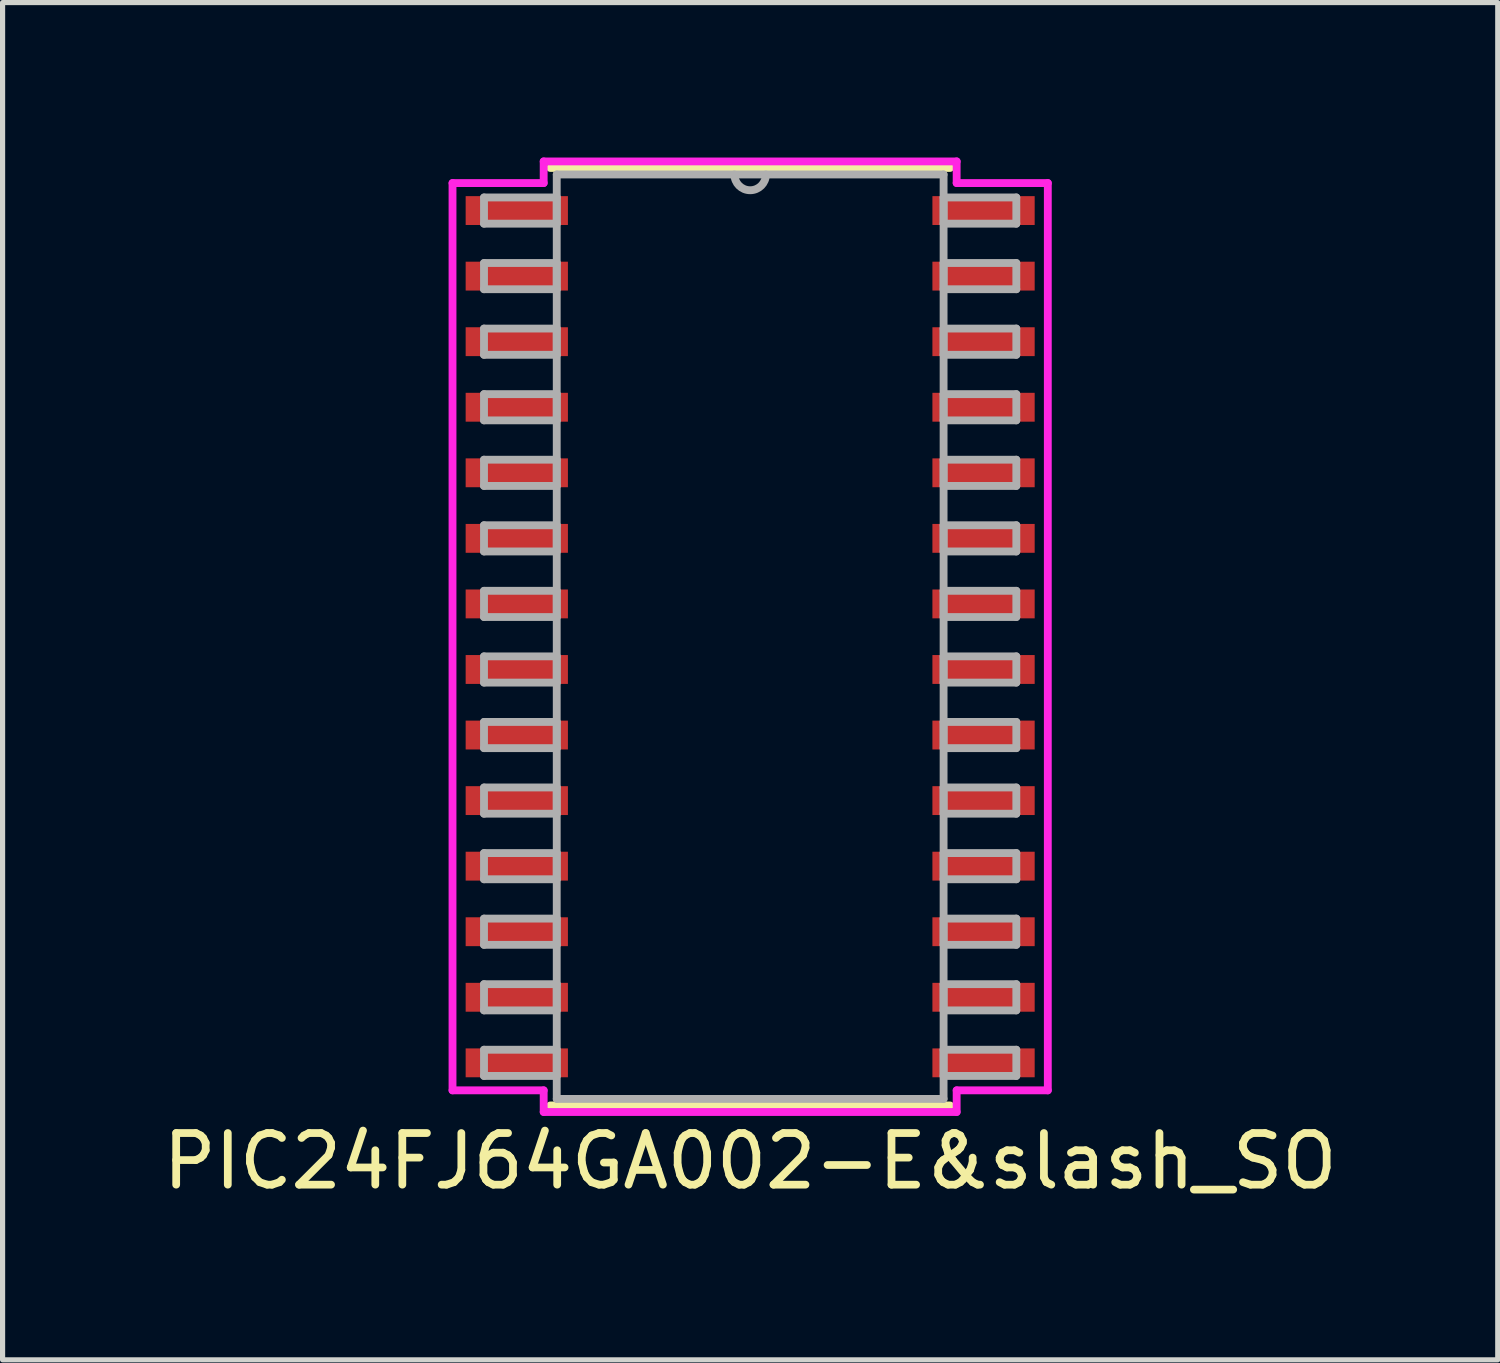
<source format=kicad_pcb>
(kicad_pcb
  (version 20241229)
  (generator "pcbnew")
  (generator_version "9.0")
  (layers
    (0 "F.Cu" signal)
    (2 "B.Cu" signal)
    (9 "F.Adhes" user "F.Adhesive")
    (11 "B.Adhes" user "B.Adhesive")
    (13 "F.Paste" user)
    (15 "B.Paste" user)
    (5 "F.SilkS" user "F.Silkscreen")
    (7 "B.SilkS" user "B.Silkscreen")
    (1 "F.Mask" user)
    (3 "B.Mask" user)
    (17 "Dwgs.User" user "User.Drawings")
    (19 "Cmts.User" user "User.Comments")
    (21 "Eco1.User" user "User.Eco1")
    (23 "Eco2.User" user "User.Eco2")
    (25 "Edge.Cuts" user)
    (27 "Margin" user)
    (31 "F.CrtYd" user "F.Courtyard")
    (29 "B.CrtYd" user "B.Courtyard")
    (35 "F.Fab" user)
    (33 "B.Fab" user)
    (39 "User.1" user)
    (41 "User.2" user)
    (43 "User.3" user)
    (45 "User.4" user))
  (footprint "PIC24FJ64GA002-E&slash_SO"
    (layer "F.Cu")
    (at 11.482 9.284)
    (property "Reference" "PIC24FJ64GA002-E&slash_SO" (at 0 10.16 0) (layer "F.SilkS") (effects (font (size 1 1) (thickness 0.15))))
    (attr through_hole)
    (fp_line (start -3.873 9.081) (end 3.873 9.081) (stroke (width 0.152) (type solid)) (layer "F.SilkS"))
    (fp_line (start 3.873 -9.081) (end -3.873 -9.081) (stroke (width 0.152) (type solid)) (layer "F.SilkS"))
    (fp_line (start -5.766 -8.788) (end -4 -8.788) (stroke (width 0.152) (type solid)) (layer "F.CrtYd"))
    (fp_line (start -5.766 8.788) (end -5.766 -8.788) (stroke (width 0.152) (type solid)) (layer "F.CrtYd"))
    (fp_line (start -4 -9.207) (end 4 -9.207) (stroke (width 0.152) (type solid)) (layer "F.CrtYd"))
    (fp_line (start -4 -8.788) (end -4 -9.207) (stroke (width 0.152) (type solid)) (layer "F.CrtYd"))
    (fp_line (start -4 8.788) (end -5.766 8.788) (stroke (width 0.152) (type solid)) (layer "F.CrtYd"))
    (fp_line (start -4 9.207) (end -4 8.788) (stroke (width 0.152) (type solid)) (layer "F.CrtYd"))
    (fp_line (start 4 -9.207) (end 4 -8.788) (stroke (width 0.152) (type solid)) (layer "F.CrtYd"))
    (fp_line (start 4 -8.788) (end 5.766 -8.788) (stroke (width 0.152) (type solid)) (layer "F.CrtYd"))
    (fp_line (start 4 8.788) (end 4 9.207) (stroke (width 0.152) (type solid)) (layer "F.CrtYd"))
    (fp_line (start 4 9.207) (end -4 9.207) (stroke (width 0.152) (type solid)) (layer "F.CrtYd"))
    (fp_line (start 5.766 -8.788) (end 5.766 8.788) (stroke (width 0.152) (type solid)) (layer "F.CrtYd"))
    (fp_line (start 5.766 8.788) (end 4 8.788) (stroke (width 0.152) (type solid)) (layer "F.CrtYd"))
    (fp_line (start -5.156 -8.509) (end -5.156 -8.001) (stroke (width 0.152) (type solid)) (layer "F.Fab"))
    (fp_line (start -5.156 -8.001) (end -3.747 -8.001) (stroke (width 0.152) (type solid)) (layer "F.Fab"))
    (fp_line (start -5.156 -7.239) (end -5.156 -6.731) (stroke (width 0.152) (type solid)) (layer "F.Fab"))
    (fp_line (start -5.156 -6.731) (end -3.747 -6.731) (stroke (width 0.152) (type solid)) (layer "F.Fab"))
    (fp_line (start -5.156 -5.969) (end -5.156 -5.461) (stroke (width 0.152) (type solid)) (layer "F.Fab"))
    (fp_line (start -5.156 -5.461) (end -3.747 -5.461) (stroke (width 0.152) (type solid)) (layer "F.Fab"))
    (fp_line (start -5.156 -4.699) (end -5.156 -4.191) (stroke (width 0.152) (type solid)) (layer "F.Fab"))
    (fp_line (start -5.156 -4.191) (end -3.747 -4.191) (stroke (width 0.152) (type solid)) (layer "F.Fab"))
    (fp_line (start -5.156 -3.429) (end -5.156 -2.921) (stroke (width 0.152) (type solid)) (layer "F.Fab"))
    (fp_line (start -5.156 -2.921) (end -3.747 -2.921) (stroke (width 0.152) (type solid)) (layer "F.Fab"))
    (fp_line (start -5.156 -2.159) (end -5.156 -1.651) (stroke (width 0.152) (type solid)) (layer "F.Fab"))
    (fp_line (start -5.156 -1.651) (end -3.747 -1.651) (stroke (width 0.152) (type solid)) (layer "F.Fab"))
    (fp_line (start -5.156 -0.889) (end -5.156 -0.381) (stroke (width 0.152) (type solid)) (layer "F.Fab"))
    (fp_line (start -5.156 -0.381) (end -3.747 -0.381) (stroke (width 0.152) (type solid)) (layer "F.Fab"))
    (fp_line (start -5.156 0.381) (end -5.156 0.889) (stroke (width 0.152) (type solid)) (layer "F.Fab"))
    (fp_line (start -5.156 0.889) (end -3.747 0.889) (stroke (width 0.152) (type solid)) (layer "F.Fab"))
    (fp_line (start -5.156 1.651) (end -5.156 2.159) (stroke (width 0.152) (type solid)) (layer "F.Fab"))
    (fp_line (start -5.156 2.159) (end -3.747 2.159) (stroke (width 0.152) (type solid)) (layer "F.Fab"))
    (fp_line (start -5.156 2.921) (end -5.156 3.429) (stroke (width 0.152) (type solid)) (layer "F.Fab"))
    (fp_line (start -5.156 3.429) (end -3.747 3.429) (stroke (width 0.152) (type solid)) (layer "F.Fab"))
    (fp_line (start -5.156 4.191) (end -5.156 4.699) (stroke (width 0.152) (type solid)) (layer "F.Fab"))
    (fp_line (start -5.156 4.699) (end -3.747 4.699) (stroke (width 0.152) (type solid)) (layer "F.Fab"))
    (fp_line (start -5.156 5.461) (end -5.156 5.969) (stroke (width 0.152) (type solid)) (layer "F.Fab"))
    (fp_line (start -5.156 5.969) (end -3.747 5.969) (stroke (width 0.152) (type solid)) (layer "F.Fab"))
    (fp_line (start -5.156 6.731) (end -5.156 7.239) (stroke (width 0.152) (type solid)) (layer "F.Fab"))
    (fp_line (start -5.156 7.239) (end -3.747 7.239) (stroke (width 0.152) (type solid)) (layer "F.Fab"))
    (fp_line (start -5.156 8.001) (end -5.156 8.509) (stroke (width 0.152) (type solid)) (layer "F.Fab"))
    (fp_line (start -5.156 8.509) (end -3.747 8.509) (stroke (width 0.152) (type solid)) (layer "F.Fab"))
    (fp_line (start -3.747 -8.954) (end -3.747 8.954) (stroke (width 0.152) (type solid)) (layer "F.Fab"))
    (fp_line (start -3.747 -8.509) (end -5.156 -8.509) (stroke (width 0.152) (type solid)) (layer "F.Fab"))
    (fp_line (start -3.747 -8.001) (end -3.747 -8.509) (stroke (width 0.152) (type solid)) (layer "F.Fab"))
    (fp_line (start -3.747 -7.239) (end -5.156 -7.239) (stroke (width 0.152) (type solid)) (layer "F.Fab"))
    (fp_line (start -3.747 -6.731) (end -3.747 -7.239) (stroke (width 0.152) (type solid)) (layer "F.Fab"))
    (fp_line (start -3.747 -5.969) (end -5.156 -5.969) (stroke (width 0.152) (type solid)) (layer "F.Fab"))
    (fp_line (start -3.747 -5.461) (end -3.747 -5.969) (stroke (width 0.152) (type solid)) (layer "F.Fab"))
    (fp_line (start -3.747 -4.699) (end -5.156 -4.699) (stroke (width 0.152) (type solid)) (layer "F.Fab"))
    (fp_line (start -3.747 -4.191) (end -3.747 -4.699) (stroke (width 0.152) (type solid)) (layer "F.Fab"))
    (fp_line (start -3.747 -3.429) (end -5.156 -3.429) (stroke (width 0.152) (type solid)) (layer "F.Fab"))
    (fp_line (start -3.747 -2.921) (end -3.747 -3.429) (stroke (width 0.152) (type solid)) (layer "F.Fab"))
    (fp_line (start -3.747 -2.159) (end -5.156 -2.159) (stroke (width 0.152) (type solid)) (layer "F.Fab"))
    (fp_line (start -3.747 -1.651) (end -3.747 -2.159) (stroke (width 0.152) (type solid)) (layer "F.Fab"))
    (fp_line (start -3.747 -0.889) (end -5.156 -0.889) (stroke (width 0.152) (type solid)) (layer "F.Fab"))
    (fp_line (start -3.747 -0.381) (end -3.747 -0.889) (stroke (width 0.152) (type solid)) (layer "F.Fab"))
    (fp_line (start -3.747 0.381) (end -5.156 0.381) (stroke (width 0.152) (type solid)) (layer "F.Fab"))
    (fp_line (start -3.747 0.889) (end -3.747 0.381) (stroke (width 0.152) (type solid)) (layer "F.Fab"))
    (fp_line (start -3.747 1.651) (end -5.156 1.651) (stroke (width 0.152) (type solid)) (layer "F.Fab"))
    (fp_line (start -3.747 2.159) (end -3.747 1.651) (stroke (width 0.152) (type solid)) (layer "F.Fab"))
    (fp_line (start -3.747 2.921) (end -5.156 2.921) (stroke (width 0.152) (type solid)) (layer "F.Fab"))
    (fp_line (start -3.747 3.429) (end -3.747 2.921) (stroke (width 0.152) (type solid)) (layer "F.Fab"))
    (fp_line (start -3.747 4.191) (end -5.156 4.191) (stroke (width 0.152) (type solid)) (layer "F.Fab"))
    (fp_line (start -3.747 4.699) (end -3.747 4.191) (stroke (width 0.152) (type solid)) (layer "F.Fab"))
    (fp_line (start -3.747 5.461) (end -5.156 5.461) (stroke (width 0.152) (type solid)) (layer "F.Fab"))
    (fp_line (start -3.747 5.969) (end -3.747 5.461) (stroke (width 0.152) (type solid)) (layer "F.Fab"))
    (fp_line (start -3.747 6.731) (end -5.156 6.731) (stroke (width 0.152) (type solid)) (layer "F.Fab"))
    (fp_line (start -3.747 7.239) (end -3.747 6.731) (stroke (width 0.152) (type solid)) (layer "F.Fab"))
    (fp_line (start -3.747 8.001) (end -5.156 8.001) (stroke (width 0.152) (type solid)) (layer "F.Fab"))
    (fp_line (start -3.747 8.509) (end -3.747 8.001) (stroke (width 0.152) (type solid)) (layer "F.Fab"))
    (fp_line (start -3.747 8.954) (end 3.747 8.954) (stroke (width 0.152) (type solid)) (layer "F.Fab"))
    (fp_line (start 3.747 -8.954) (end -3.747 -8.954) (stroke (width 0.152) (type solid)) (layer "F.Fab"))
    (fp_line (start 3.747 -8.509) (end 3.747 -8.001) (stroke (width 0.152) (type solid)) (layer "F.Fab"))
    (fp_line (start 3.747 -8.001) (end 5.156 -8.001) (stroke (width 0.152) (type solid)) (layer "F.Fab"))
    (fp_line (start 3.747 -7.239) (end 3.747 -6.731) (stroke (width 0.152) (type solid)) (layer "F.Fab"))
    (fp_line (start 3.747 -6.731) (end 5.156 -6.731) (stroke (width 0.152) (type solid)) (layer "F.Fab"))
    (fp_line (start 3.747 -5.969) (end 3.747 -5.461) (stroke (width 0.152) (type solid)) (layer "F.Fab"))
    (fp_line (start 3.747 -5.461) (end 5.156 -5.461) (stroke (width 0.152) (type solid)) (layer "F.Fab"))
    (fp_line (start 3.747 -4.699) (end 3.747 -4.191) (stroke (width 0.152) (type solid)) (layer "F.Fab"))
    (fp_line (start 3.747 -4.191) (end 5.156 -4.191) (stroke (width 0.152) (type solid)) (layer "F.Fab"))
    (fp_line (start 3.747 -3.429) (end 3.747 -2.921) (stroke (width 0.152) (type solid)) (layer "F.Fab"))
    (fp_line (start 3.747 -2.921) (end 5.156 -2.921) (stroke (width 0.152) (type solid)) (layer "F.Fab"))
    (fp_line (start 3.747 -2.159) (end 3.747 -1.651) (stroke (width 0.152) (type solid)) (layer "F.Fab"))
    (fp_line (start 3.747 -1.651) (end 5.156 -1.651) (stroke (width 0.152) (type solid)) (layer "F.Fab"))
    (fp_line (start 3.747 -0.889) (end 3.747 -0.381) (stroke (width 0.152) (type solid)) (layer "F.Fab"))
    (fp_line (start 3.747 -0.381) (end 5.156 -0.381) (stroke (width 0.152) (type solid)) (layer "F.Fab"))
    (fp_line (start 3.747 0.381) (end 3.747 0.889) (stroke (width 0.152) (type solid)) (layer "F.Fab"))
    (fp_line (start 3.747 0.889) (end 5.156 0.889) (stroke (width 0.152) (type solid)) (layer "F.Fab"))
    (fp_line (start 3.747 1.651) (end 3.747 2.159) (stroke (width 0.152) (type solid)) (layer "F.Fab"))
    (fp_line (start 3.747 2.159) (end 5.156 2.159) (stroke (width 0.152) (type solid)) (layer "F.Fab"))
    (fp_line (start 3.747 2.921) (end 3.747 3.429) (stroke (width 0.152) (type solid)) (layer "F.Fab"))
    (fp_line (start 3.747 3.429) (end 5.156 3.429) (stroke (width 0.152) (type solid)) (layer "F.Fab"))
    (fp_line (start 3.747 4.191) (end 3.747 4.699) (stroke (width 0.152) (type solid)) (layer "F.Fab"))
    (fp_line (start 3.747 4.699) (end 5.156 4.699) (stroke (width 0.152) (type solid)) (layer "F.Fab"))
    (fp_line (start 3.747 5.461) (end 3.747 5.969) (stroke (width 0.152) (type solid)) (layer "F.Fab"))
    (fp_line (start 3.747 5.969) (end 5.156 5.969) (stroke (width 0.152) (type solid)) (layer "F.Fab"))
    (fp_line (start 3.747 6.731) (end 3.747 7.239) (stroke (width 0.152) (type solid)) (layer "F.Fab"))
    (fp_line (start 3.747 7.239) (end 5.156 7.239) (stroke (width 0.152) (type solid)) (layer "F.Fab"))
    (fp_line (start 3.747 8.001) (end 3.747 8.509) (stroke (width 0.152) (type solid)) (layer "F.Fab"))
    (fp_line (start 3.747 8.509) (end 5.156 8.509) (stroke (width 0.152) (type solid)) (layer "F.Fab"))
    (fp_line (start 3.747 8.954) (end 3.747 -8.954) (stroke (width 0.152) (type solid)) (layer "F.Fab"))
    (fp_line (start 5.156 -8.509) (end 3.747 -8.509) (stroke (width 0.152) (type solid)) (layer "F.Fab"))
    (fp_line (start 5.156 -8.001) (end 5.156 -8.509) (stroke (width 0.152) (type solid)) (layer "F.Fab"))
    (fp_line (start 5.156 -7.239) (end 3.747 -7.239) (stroke (width 0.152) (type solid)) (layer "F.Fab"))
    (fp_line (start 5.156 -6.731) (end 5.156 -7.239) (stroke (width 0.152) (type solid)) (layer "F.Fab"))
    (fp_line (start 5.156 -5.969) (end 3.747 -5.969) (stroke (width 0.152) (type solid)) (layer "F.Fab"))
    (fp_line (start 5.156 -5.461) (end 5.156 -5.969) (stroke (width 0.152) (type solid)) (layer "F.Fab"))
    (fp_line (start 5.156 -4.699) (end 3.747 -4.699) (stroke (width 0.152) (type solid)) (layer "F.Fab"))
    (fp_line (start 5.156 -4.191) (end 5.156 -4.699) (stroke (width 0.152) (type solid)) (layer "F.Fab"))
    (fp_line (start 5.156 -3.429) (end 3.747 -3.429) (stroke (width 0.152) (type solid)) (layer "F.Fab"))
    (fp_line (start 5.156 -2.921) (end 5.156 -3.429) (stroke (width 0.152) (type solid)) (layer "F.Fab"))
    (fp_line (start 5.156 -2.159) (end 3.747 -2.159) (stroke (width 0.152) (type solid)) (layer "F.Fab"))
    (fp_line (start 5.156 -1.651) (end 5.156 -2.159) (stroke (width 0.152) (type solid)) (layer "F.Fab"))
    (fp_line (start 5.156 -0.889) (end 3.747 -0.889) (stroke (width 0.152) (type solid)) (layer "F.Fab"))
    (fp_line (start 5.156 -0.381) (end 5.156 -0.889) (stroke (width 0.152) (type solid)) (layer "F.Fab"))
    (fp_line (start 5.156 0.381) (end 3.747 0.381) (stroke (width 0.152) (type solid)) (layer "F.Fab"))
    (fp_line (start 5.156 0.889) (end 5.156 0.381) (stroke (width 0.152) (type solid)) (layer "F.Fab"))
    (fp_line (start 5.156 1.651) (end 3.747 1.651) (stroke (width 0.152) (type solid)) (layer "F.Fab"))
    (fp_line (start 5.156 2.159) (end 5.156 1.651) (stroke (width 0.152) (type solid)) (layer "F.Fab"))
    (fp_line (start 5.156 2.921) (end 3.747 2.921) (stroke (width 0.152) (type solid)) (layer "F.Fab"))
    (fp_line (start 5.156 3.429) (end 5.156 2.921) (stroke (width 0.152) (type solid)) (layer "F.Fab"))
    (fp_line (start 5.156 4.191) (end 3.747 4.191) (stroke (width 0.152) (type solid)) (layer "F.Fab"))
    (fp_line (start 5.156 4.699) (end 5.156 4.191) (stroke (width 0.152) (type solid)) (layer "F.Fab"))
    (fp_line (start 5.156 5.461) (end 3.747 5.461) (stroke (width 0.152) (type solid)) (layer "F.Fab"))
    (fp_line (start 5.156 5.969) (end 5.156 5.461) (stroke (width 0.152) (type solid)) (layer "F.Fab"))
    (fp_line (start 5.156 6.731) (end 3.747 6.731) (stroke (width 0.152) (type solid)) (layer "F.Fab"))
    (fp_line (start 5.156 7.239) (end 5.156 6.731) (stroke (width 0.152) (type solid)) (layer "F.Fab"))
    (fp_line (start 5.156 8.001) (end 3.747 8.001) (stroke (width 0.152) (type solid)) (layer "F.Fab"))
    (fp_line (start 5.156 8.509) (end 5.156 8.001) (stroke (width 0.152) (type solid)) (layer "F.Fab"))
    (fp_arc (start 0.3048 -8.9535) (mid 0 -8.6487) (end -0.3048 -8.9535) (stroke (width 0.1524) (type solid)) (layer "F.Fab"))
    (pad "1" smd rect (at -4.521 -8.255) (size 1.981 0.559) (layers "F.Cu" "F.Mask" "F.Paste"))
    (pad "2" smd rect (at -4.521 -6.985) (size 1.981 0.559) (layers "F.Cu" "F.Mask" "F.Paste"))
    (pad "3" smd rect (at -4.521 -5.715) (size 1.981 0.559) (layers "F.Cu" "F.Mask" "F.Paste"))
    (pad "4" smd rect (at -4.521 -4.445) (size 1.981 0.559) (layers "F.Cu" "F.Mask" "F.Paste"))
    (pad "5" smd rect (at -4.521 -3.175) (size 1.981 0.559) (layers "F.Cu" "F.Mask" "F.Paste"))
    (pad "6" smd rect (at -4.521 -1.905) (size 1.981 0.559) (layers "F.Cu" "F.Mask" "F.Paste"))
    (pad "7" smd rect (at -4.521 -0.635) (size 1.981 0.559) (layers "F.Cu" "F.Mask" "F.Paste"))
    (pad "8" smd rect (at -4.521 0.635) (size 1.981 0.559) (layers "F.Cu" "F.Mask" "F.Paste"))
    (pad "9" smd rect (at -4.521 1.905) (size 1.981 0.559) (layers "F.Cu" "F.Mask" "F.Paste"))
    (pad "10" smd rect (at -4.521 3.175) (size 1.981 0.559) (layers "F.Cu" "F.Mask" "F.Paste"))
    (pad "11" smd rect (at -4.521 4.445) (size 1.981 0.559) (layers "F.Cu" "F.Mask" "F.Paste"))
    (pad "12" smd rect (at -4.521 5.715) (size 1.981 0.559) (layers "F.Cu" "F.Mask" "F.Paste"))
    (pad "13" smd rect (at -4.521 6.985) (size 1.981 0.559) (layers "F.Cu" "F.Mask" "F.Paste"))
    (pad "14" smd rect (at -4.521 8.255) (size 1.981 0.559) (layers "F.Cu" "F.Mask" "F.Paste"))
    (pad "15" smd rect (at 4.521 8.255) (size 1.981 0.559) (layers "F.Cu" "F.Mask" "F.Paste"))
    (pad "16" smd rect (at 4.521 6.985) (size 1.981 0.559) (layers "F.Cu" "F.Mask" "F.Paste"))
    (pad "17" smd rect (at 4.521 5.715) (size 1.981 0.559) (layers "F.Cu" "F.Mask" "F.Paste"))
    (pad "18" smd rect (at 4.521 4.445) (size 1.981 0.559) (layers "F.Cu" "F.Mask" "F.Paste"))
    (pad "19" smd rect (at 4.521 3.175) (size 1.981 0.559) (layers "F.Cu" "F.Mask" "F.Paste"))
    (pad "20" smd rect (at 4.521 1.905) (size 1.981 0.559) (layers "F.Cu" "F.Mask" "F.Paste"))
    (pad "21" smd rect (at 4.521 0.635) (size 1.981 0.559) (layers "F.Cu" "F.Mask" "F.Paste"))
    (pad "22" smd rect (at 4.521 -0.635) (size 1.981 0.559) (layers "F.Cu" "F.Mask" "F.Paste"))
    (pad "23" smd rect (at 4.521 -1.905) (size 1.981 0.559) (layers "F.Cu" "F.Mask" "F.Paste"))
    (pad "24" smd rect (at 4.521 -3.175) (size 1.981 0.559) (layers "F.Cu" "F.Mask" "F.Paste"))
    (pad "25" smd rect (at 4.521 -4.445) (size 1.981 0.559) (layers "F.Cu" "F.Mask" "F.Paste"))
    (pad "26" smd rect (at 4.521 -5.715) (size 1.981 0.559) (layers "F.Cu" "F.Mask" "F.Paste"))
    (pad "27" smd rect (at 4.521 -6.985) (size 1.981 0.559) (layers "F.Cu" "F.Mask" "F.Paste"))
    (pad "28" smd rect (at 4.521 -8.255) (size 1.981 0.559) (layers "F.Cu" "F.Mask" "F.Paste")))
  (gr_rect
    (start -3 -3)
    (end 25.964 23.292)
    (stroke (width 0.1) (type default))
    (fill no)
    (layer "Edge.Cuts")))
</source>
